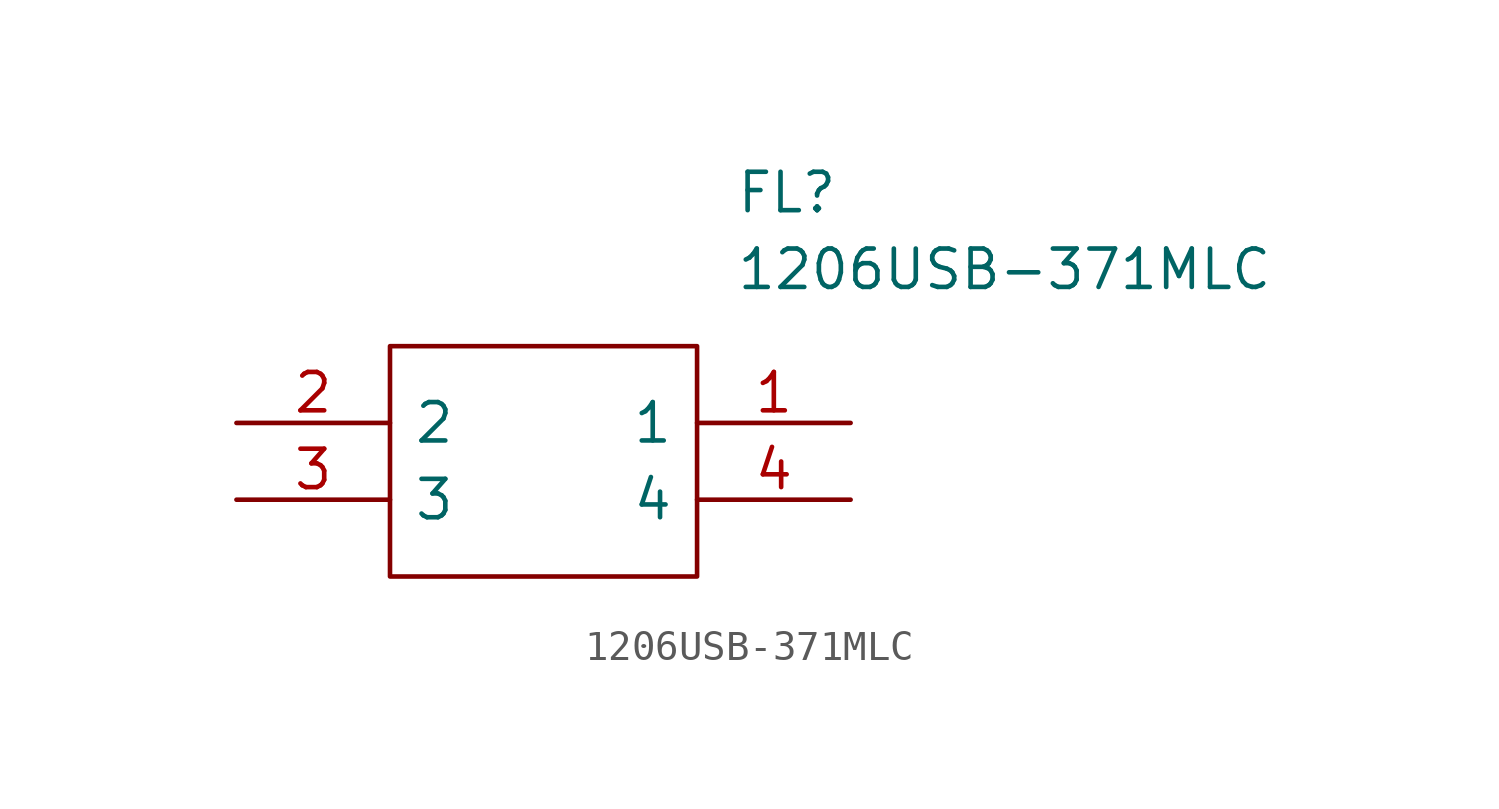
<source format=kicad_sym>
(kicad_symbol_lib
  (version 20211014)
  (generator kicad_symbol_editor)
  (symbol "1206USB-371MLC"
    (pin_names
      (offset 0.762))
    (property "Reference" "FL"
      (at 16.51 7.62 0)
      (effects (font (size 1.27 1.27)) (justify left)))
    (property "Value" "1206USB-371MLC"
      (at 16.51 5.08 0)
      (effects (font (size 1.27 1.27)) (justify left)))
    (symbol "1206USB-371MLC_0_0"
      (pin passive line (at 20.32 0 180) (length 5.08) (name "1" (effects (font (size 1.27 1.27)))) (number "1" (effects (font (size 1.27 1.27)))))
      (pin passive line (at 0 0 0) (length 5.08) (name "2" (effects (font (size 1.27 1.27)))) (number "2" (effects (font (size 1.27 1.27)))))
      (pin passive line (at 0 -2.54 0) (length 5.08) (name "3" (effects (font (size 1.27 1.27)))) (number "3" (effects (font (size 1.27 1.27)))))
      (pin passive line (at 20.32 -2.54 180) (length 5.08) (name "4" (effects (font (size 1.27 1.27)))) (number "4" (effects (font (size 1.27 1.27))))))
    (symbol "1206USB-371MLC_0_1"
      (polyline (pts (xy 5.08 2.54) (xy 15.24 2.54) (xy 15.24 -5.08) (xy 5.08 -5.08) (xy 5.08 2.54)) (stroke (width 0.152) (type default) (color 0 0 0 0)) (fill (type none))))))
</source>
